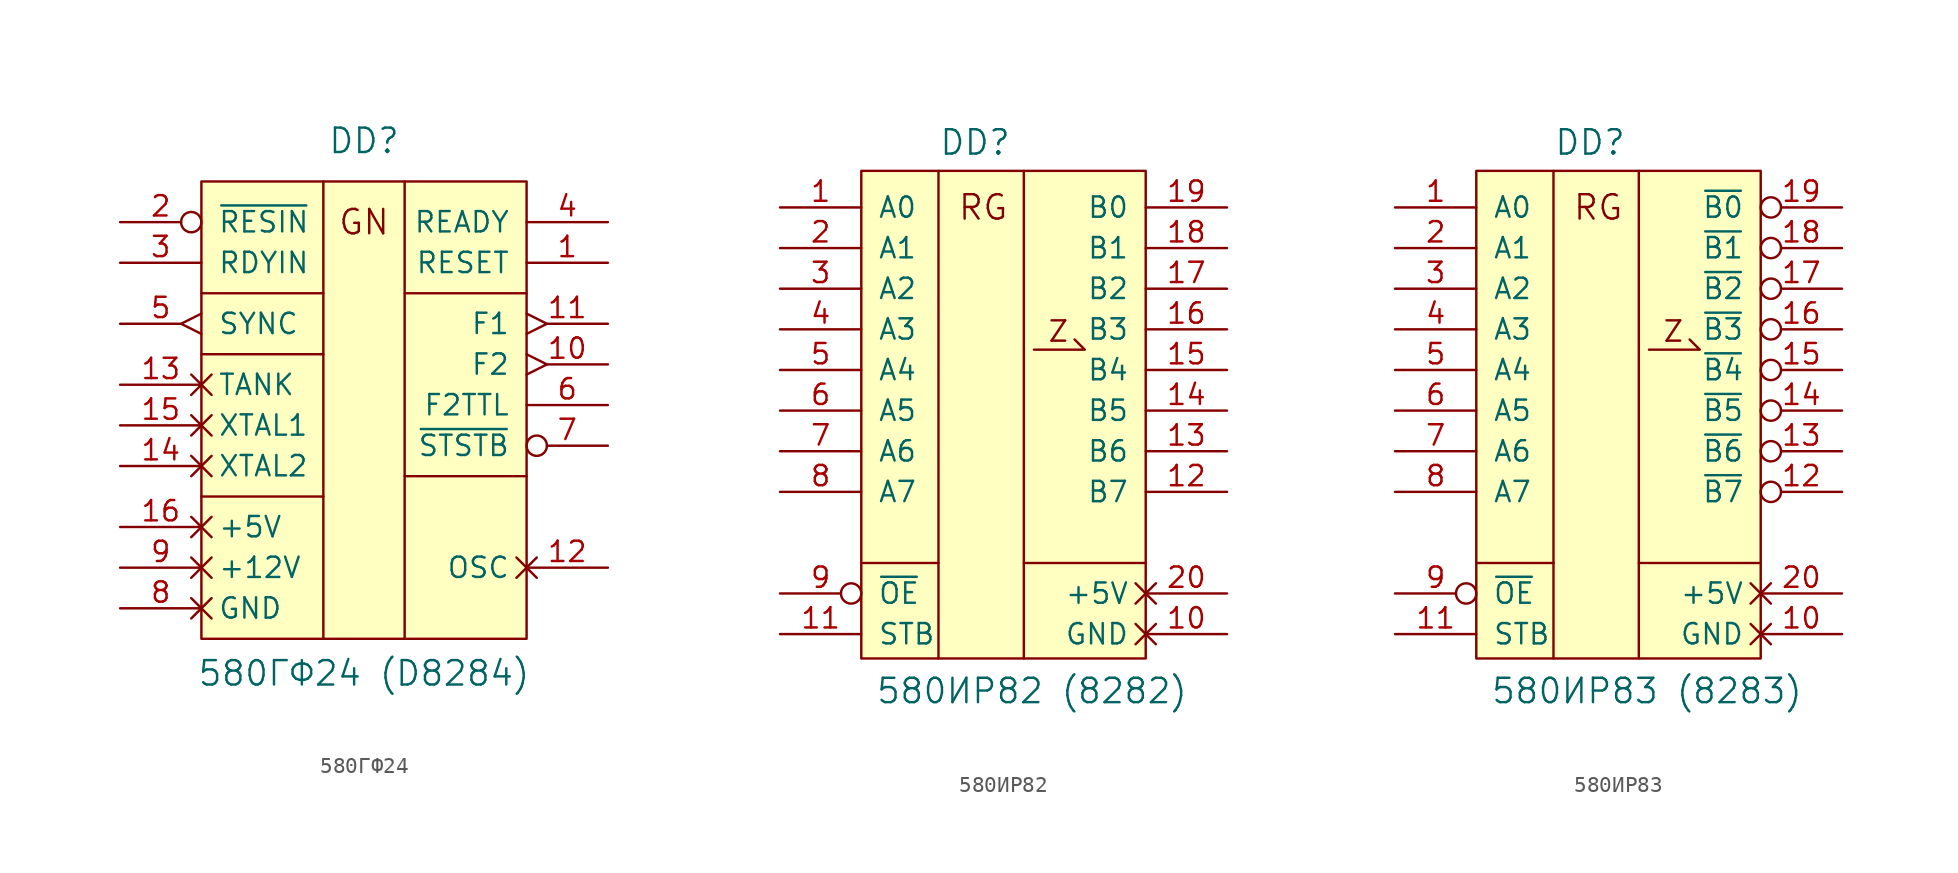
<source format=kicad_sym>
(kicad_symbol_lib
  (version 20231120)
  (generator "kicad_symbol_editor")
  (generator_version "8.0")
  (symbol "580ГФ24"
    (pin_names
      (offset 1.016))
    (property "Reference" "DD"
      (at 0 16.51 0)
      (effects (font (size 1.524 1.524))))
    (property "Value" "580ГФ24 (D8284)"
      (at 0 -16.764 0)
      (effects (font (size 1.524 1.524))))
    (symbol "580ГФ24_0_0"
      (polyline (pts (xy -10.16 -5.715) (xy -2.54 -5.715)) (stroke (width 0) (type solid)) (fill (type none)))
      (polyline (pts (xy -10.16 3.175) (xy -2.54 3.175)) (stroke (width 0) (type solid)) (fill (type none)))
      (polyline (pts (xy -10.16 6.985) (xy -2.54 6.985)) (stroke (width 0) (type solid)) (fill (type none)))
      (polyline (pts (xy -2.54 13.97) (xy -2.54 -14.605)) (stroke (width 0) (type solid)) (fill (type none)))
      (polyline (pts (xy 2.54 -4.445) (xy 10.16 -4.445)) (stroke (width 0) (type solid)) (fill (type none)))
      (polyline (pts (xy 2.54 6.985) (xy 10.16 6.985)) (stroke (width 0) (type solid)) (fill (type none)))
      (polyline (pts (xy 2.54 13.97) (xy 2.54 -14.605)) (stroke (width 0) (type solid)) (fill (type none)))
      (text "GN" (at 0 11.43 0) (effects (font (size 1.524 1.524)))))
    (symbol "580ГФ24_1_0"
      (rectangle (start -10.16 13.97) (end 10.16 -14.605) (stroke (width 0) (type solid)) (fill (type background))))
    (symbol "580ГФ24_1_1"
      (pin output line (at 15.24 8.89 180) (length 5.08) (name "RESET" (effects (font (size 1.27 1.27)))) (number "1" (effects (font (size 1.27 1.27)))))
      (pin output edge_clock_high (at 15.24 2.54 180) (length 5.08) (name "F2" (effects (font (size 1.27 1.27)))) (number "10" (effects (font (size 1.27 1.27)))))
      (pin output edge_clock_high (at 15.24 5.08 180) (length 5.08) (name "F1" (effects (font (size 1.27 1.27)))) (number "11" (effects (font (size 1.27 1.27)))))
      (pin output non_logic (at 15.24 -10.16 180) (length 5.08) (name "OSC" (effects (font (size 1.27 1.27)))) (number "12" (effects (font (size 1.27 1.27)))))
      (pin input non_logic (at -15.24 1.27 0) (length 5.08) (name "TANK" (effects (font (size 1.27 1.27)))) (number "13" (effects (font (size 1.27 1.27)))))
      (pin input non_logic (at -15.24 -3.81 0) (length 5.08) (name "XTAL2" (effects (font (size 1.27 1.27)))) (number "14" (effects (font (size 1.27 1.27)))))
      (pin input non_logic (at -15.24 -1.27 0) (length 5.08) (name "XTAL1" (effects (font (size 1.27 1.27)))) (number "15" (effects (font (size 1.27 1.27)))))
      (pin power_in non_logic (at -15.24 -7.62 0) (length 5.08) (name "+5V" (effects (font (size 1.27 1.27)))) (number "16" (effects (font (size 1.27 1.27)))))
      (pin input inverted (at -15.24 11.43 0) (length 5.08) (name "~{RESIN}" (effects (font (size 1.27 1.27)))) (number "2" (effects (font (size 1.27 1.27)))))
      (pin input line (at -15.24 8.89 0) (length 5.08) (name "RDYIN" (effects (font (size 1.27 1.27)))) (number "3" (effects (font (size 1.27 1.27)))))
      (pin output line (at 15.24 11.43 180) (length 5.08) (name "READY" (effects (font (size 1.27 1.27)))) (number "4" (effects (font (size 1.27 1.27)))))
      (pin input edge_clock_high (at -15.24 5.08 0) (length 5.08) (name "SYNC" (effects (font (size 1.27 1.27)))) (number "5" (effects (font (size 1.27 1.27)))))
      (pin output line (at 15.24 0 180) (length 5.08) (name "F2TTL" (effects (font (size 1.27 1.27)))) (number "6" (effects (font (size 1.27 1.27)))))
      (pin output inverted (at 15.24 -2.54 180) (length 5.08) (name "~{STSTB}" (effects (font (size 1.27 1.27)))) (number "7" (effects (font (size 1.27 1.27)))))
      (pin power_in non_logic (at -15.24 -12.7 0) (length 5.08) (name "GND" (effects (font (size 1.27 1.27)))) (number "8" (effects (font (size 1.27 1.27)))))
      (pin power_in non_logic (at -15.24 -10.16 0) (length 5.08) (name "+12V" (effects (font (size 1.27 1.27)))) (number "9" (effects (font (size 1.27 1.27)))))))
  (symbol "580ИР82"
    (pin_names
      (offset 1.016))
    (property "Reference" "DD"
      (at -1.778 16.764 0)
      (effects (font (size 1.524 1.524))))
    (property "Value" "580ИР82 (8282)"
      (at 1.778 -17.526 0)
      (effects (font (size 1.524 1.524))))
    (symbol "580ИР82_0_0"
      (polyline (pts (xy -8.89 -9.525) (xy -4.064 -9.525)) (stroke (width 0) (type solid)) (fill (type none)))
      (polyline (pts (xy -4.064 14.986) (xy -4.064 -15.494)) (stroke (width 0) (type solid)) (fill (type none)))
      (polyline (pts (xy 1.27 -9.525) (xy 8.89 -9.525)) (stroke (width 0) (type solid)) (fill (type none)))
      (polyline (pts (xy 1.27 14.986) (xy 1.27 -15.494)) (stroke (width 0) (type solid)) (fill (type none)))
      (polyline (pts (xy 4.445 4.445) (xy 5.08 3.81) (xy 1.905 3.81)) (stroke (width 0) (type default)) (fill (type none)))
      (text "RG" (at -1.27 12.7 0) (effects (font (size 1.524 1.524)))))
    (symbol "580ИР82_0_1"
      (pin input line (at -13.97 12.7 0) (length 5.08) (name "A0" (effects (font (size 1.27 1.27)))) (number "1" (effects (font (size 1.27 1.27)))))
      (pin input line (at -13.97 -13.97 0) (length 5.08) (name "STB" (effects (font (size 1.27 1.27)))) (number "11" (effects (font (size 1.27 1.27)))))
      (pin input line (at -13.97 10.16 0) (length 5.08) (name "A1" (effects (font (size 1.27 1.27)))) (number "2" (effects (font (size 1.27 1.27)))))
      (pin input line (at -13.97 7.62 0) (length 5.08) (name "A2" (effects (font (size 1.27 1.27)))) (number "3" (effects (font (size 1.27 1.27)))))
      (pin input line (at -13.97 5.08 0) (length 5.08) (name "A3" (effects (font (size 1.27 1.27)))) (number "4" (effects (font (size 1.27 1.27)))))
      (pin input line (at -13.97 2.54 0) (length 5.08) (name "A4" (effects (font (size 1.27 1.27)))) (number "5" (effects (font (size 1.27 1.27)))))
      (pin input line (at -13.97 0 0) (length 5.08) (name "A5" (effects (font (size 1.27 1.27)))) (number "6" (effects (font (size 1.27 1.27)))))
      (pin input line (at -13.97 -2.54 0) (length 5.08) (name "A6" (effects (font (size 1.27 1.27)))) (number "7" (effects (font (size 1.27 1.27)))))
      (pin input line (at -13.97 -5.08 0) (length 5.08) (name "A7" (effects (font (size 1.27 1.27)))) (number "8" (effects (font (size 1.27 1.27)))))
      (pin input inverted (at -13.97 -11.43 0) (length 5.08) (name "~{OE}" (effects (font (size 1.27 1.27)))) (number "9" (effects (font (size 1.27 1.27))))))
    (symbol "580ИР82_1_0"
      (rectangle (start -8.89 14.986) (end 8.89 -15.494) (stroke (width 0) (type solid)) (fill (type background)))
      (text "Z" (at 3.429 4.953 0) (effects (font (size 1.27 1.27)))))
    (symbol "580ИР82_1_1"
      (pin power_in non_logic (at 13.97 -13.97 180) (length 5.08) (name "GND" (effects (font (size 1.27 1.27)))) (number "10" (effects (font (size 1.27 1.27)))))
      (pin tri_state line (at 13.97 -5.08 180) (length 5.08) (name "B7" (effects (font (size 1.27 1.27)))) (number "12" (effects (font (size 1.27 1.27)))))
      (pin tri_state line (at 13.97 -2.54 180) (length 5.08) (name "B6" (effects (font (size 1.27 1.27)))) (number "13" (effects (font (size 1.27 1.27)))))
      (pin tri_state line (at 13.97 0 180) (length 5.08) (name "B5" (effects (font (size 1.27 1.27)))) (number "14" (effects (font (size 1.27 1.27)))))
      (pin tri_state line (at 13.97 2.54 180) (length 5.08) (name "B4" (effects (font (size 1.27 1.27)))) (number "15" (effects (font (size 1.27 1.27)))))
      (pin tri_state line (at 13.97 5.08 180) (length 5.08) (name "B3" (effects (font (size 1.27 1.27)))) (number "16" (effects (font (size 1.27 1.27)))))
      (pin tri_state line (at 13.97 7.62 180) (length 5.08) (name "B2" (effects (font (size 1.27 1.27)))) (number "17" (effects (font (size 1.27 1.27)))))
      (pin tri_state line (at 13.97 10.16 180) (length 5.08) (name "B1" (effects (font (size 1.27 1.27)))) (number "18" (effects (font (size 1.27 1.27)))))
      (pin tri_state line (at 13.97 12.7 180) (length 5.08) (name "B0" (effects (font (size 1.27 1.27)))) (number "19" (effects (font (size 1.27 1.27)))))
      (pin power_in non_logic (at 13.97 -11.43 180) (length 5.08) (name "+5V" (effects (font (size 1.27 1.27)))) (number "20" (effects (font (size 1.27 1.27)))))))
  (symbol "580ИР83"
    (pin_names
      (offset 1.016))
    (property "Reference" "DD"
      (at -1.778 16.764 0)
      (effects (font (size 1.524 1.524))))
    (property "Value" "580ИР83 (8283)"
      (at 1.778 -17.526 0)
      (effects (font (size 1.524 1.524))))
    (symbol "580ИР83_0_0"
      (polyline (pts (xy -8.89 -9.525) (xy -4.064 -9.525)) (stroke (width 0) (type solid)) (fill (type none)))
      (polyline (pts (xy -4.064 14.986) (xy -4.064 -15.494)) (stroke (width 0) (type solid)) (fill (type none)))
      (polyline (pts (xy 1.27 -9.525) (xy 8.89 -9.525)) (stroke (width 0) (type solid)) (fill (type none)))
      (polyline (pts (xy 1.27 14.986) (xy 1.27 -15.494)) (stroke (width 0) (type solid)) (fill (type none)))
      (text "RG" (at -1.27 12.7 0) (effects (font (size 1.524 1.524)))))
    (symbol "580ИР83_0_1"
      (pin input line (at -13.97 12.7 0) (length 5.08) (name "A0" (effects (font (size 1.27 1.27)))) (number "1" (effects (font (size 1.27 1.27)))))
      (pin input line (at -13.97 -13.97 0) (length 5.08) (name "STB" (effects (font (size 1.27 1.27)))) (number "11" (effects (font (size 1.27 1.27)))))
      (pin input line (at -13.97 10.16 0) (length 5.08) (name "A1" (effects (font (size 1.27 1.27)))) (number "2" (effects (font (size 1.27 1.27)))))
      (pin input line (at -13.97 7.62 0) (length 5.08) (name "A2" (effects (font (size 1.27 1.27)))) (number "3" (effects (font (size 1.27 1.27)))))
      (pin input line (at -13.97 5.08 0) (length 5.08) (name "A3" (effects (font (size 1.27 1.27)))) (number "4" (effects (font (size 1.27 1.27)))))
      (pin input line (at -13.97 2.54 0) (length 5.08) (name "A4" (effects (font (size 1.27 1.27)))) (number "5" (effects (font (size 1.27 1.27)))))
      (pin input line (at -13.97 0 0) (length 5.08) (name "A5" (effects (font (size 1.27 1.27)))) (number "6" (effects (font (size 1.27 1.27)))))
      (pin input line (at -13.97 -2.54 0) (length 5.08) (name "A6" (effects (font (size 1.27 1.27)))) (number "7" (effects (font (size 1.27 1.27)))))
      (pin input line (at -13.97 -5.08 0) (length 5.08) (name "A7" (effects (font (size 1.27 1.27)))) (number "8" (effects (font (size 1.27 1.27)))))
      (pin input inverted (at -13.97 -11.43 0) (length 5.08) (name "~{OE}" (effects (font (size 1.27 1.27)))) (number "9" (effects (font (size 1.27 1.27))))))
    (symbol "580ИР83_1_0"
      (rectangle (start -8.89 14.986) (end 8.89 -15.494) (stroke (width 0) (type solid)) (fill (type background)))
      (polyline (pts (xy 4.445 4.445) (xy 5.08 3.81) (xy 1.905 3.81)) (stroke (width 0) (type default)) (fill (type none)))
      (text "Z" (at 3.429 4.953 0) (effects (font (size 1.27 1.27)))))
    (symbol "580ИР83_1_1"
      (pin power_in non_logic (at 13.97 -13.97 180) (length 5.08) (name "GND" (effects (font (size 1.27 1.27)))) (number "10" (effects (font (size 1.27 1.27)))))
      (pin tri_state inverted (at 13.97 -5.08 180) (length 5.08) (name "~{B7}" (effects (font (size 1.27 1.27)))) (number "12" (effects (font (size 1.27 1.27)))))
      (pin tri_state inverted (at 13.97 -2.54 180) (length 5.08) (name "~{B6}" (effects (font (size 1.27 1.27)))) (number "13" (effects (font (size 1.27 1.27)))))
      (pin tri_state inverted (at 13.97 0 180) (length 5.08) (name "~{B5}" (effects (font (size 1.27 1.27)))) (number "14" (effects (font (size 1.27 1.27)))))
      (pin tri_state inverted (at 13.97 2.54 180) (length 5.08) (name "~{B4}" (effects (font (size 1.27 1.27)))) (number "15" (effects (font (size 1.27 1.27)))))
      (pin tri_state inverted (at 13.97 5.08 180) (length 5.08) (name "~{B3}" (effects (font (size 1.27 1.27)))) (number "16" (effects (font (size 1.27 1.27)))))
      (pin tri_state inverted (at 13.97 7.62 180) (length 5.08) (name "~{B2}" (effects (font (size 1.27 1.27)))) (number "17" (effects (font (size 1.27 1.27)))))
      (pin tri_state inverted (at 13.97 10.16 180) (length 5.08) (name "~{B1}" (effects (font (size 1.27 1.27)))) (number "18" (effects (font (size 1.27 1.27)))))
      (pin tri_state inverted (at 13.97 12.7 180) (length 5.08) (name "~{B0}" (effects (font (size 1.27 1.27)))) (number "19" (effects (font (size 1.27 1.27)))))
      (pin power_in non_logic (at 13.97 -11.43 180) (length 5.08) (name "+5V" (effects (font (size 1.27 1.27)))) (number "20" (effects (font (size 1.27 1.27))))))))
</source>
